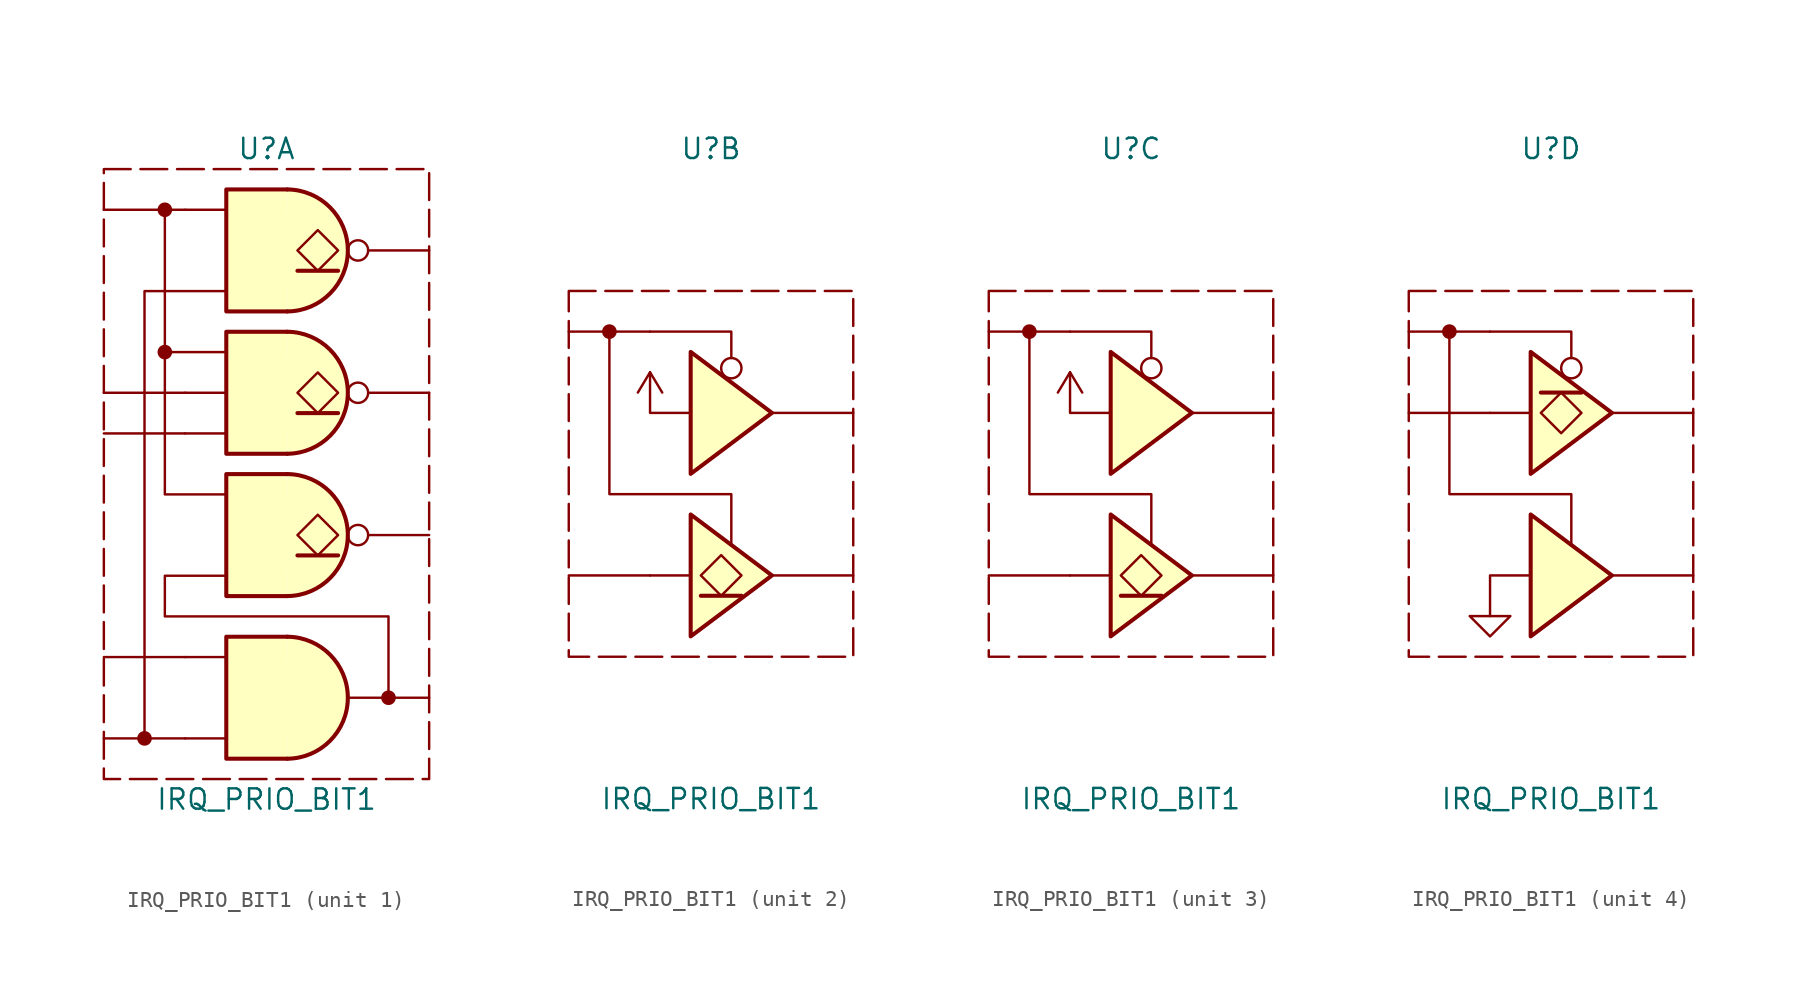
<source format=kicad_sym>
(kicad_symbol_lib
  (version 20231120)
  (generator "kicad_symbol_editor")
  (generator_version "8.0")
  (symbol "IRQ_PRIO_BIT1"
    (pin_numbers hide)
    (pin_names hide)
    (property "Reference" "U"
      (at 0 20.32 0)
      (effects (font (size 1.27 1.27))))
    (property "Value" "IRQ_PRIO_BIT1"
      (at 0 -20.32 0)
      (effects (font (size 1.27 1.27))))
    (property "ki_locked" ""
      (at 0 0 0)
      (effects (font (size 1.27 1.27))))
    (symbol "IRQ_PRIO_BIT1_1_1"
      (rectangle (start -10.16 19.05) (end 10.16 -19.05) (stroke (width 0) (type dash)) (fill (type none)))
      (circle (center -7.62 -16.51) (radius 0.381) (stroke (width 0) (type default)) (fill (type outline)))
      (circle (center -6.35 7.62) (radius 0.381) (stroke (width 0) (type default)) (fill (type outline)))
      (circle (center -6.35 16.51) (radius 0.381) (stroke (width 0) (type default)) (fill (type outline)))
      (polyline (pts (xy -5.08 -16.51) (xy -2.54 -16.51)) (stroke (width 0) (type default)) (fill (type none)))
      (polyline (pts (xy -5.08 -11.43) (xy -2.54 -11.43)) (stroke (width 0) (type default)) (fill (type none)))
      (polyline (pts (xy -5.08 2.54) (xy -2.54 2.54)) (stroke (width 0) (type default)) (fill (type none)))
      (polyline (pts (xy -5.08 5.08) (xy -2.54 5.08)) (stroke (width 0) (type default)) (fill (type none)))
      (polyline (pts (xy -5.08 16.51) (xy -2.54 16.51)) (stroke (width 0) (type default)) (fill (type none)))
      (polyline (pts (xy -2.54 7.62) (xy -6.35 7.62)) (stroke (width 0) (type default)) (fill (type none)))
      (polyline (pts (xy 1.933 -5.08) (xy 4.473 -5.08)) (stroke (width 0.254) (type default)) (fill (type none)))
      (polyline (pts (xy 1.933 3.81) (xy 4.473 3.81)) (stroke (width 0.254) (type default)) (fill (type none)))
      (polyline (pts (xy 1.933 12.7) (xy 4.473 12.7)) (stroke (width 0.254) (type default)) (fill (type none)))
      (polyline (pts (xy -6.35 16.51) (xy -6.35 -1.27) (xy -2.54 -1.27)) (stroke (width 0) (type default)) (fill (type none)))
      (polyline (pts (xy -2.54 11.43) (xy -7.62 11.43) (xy -7.62 -16.51)) (stroke (width 0) (type default)) (fill (type none)))
      (polyline (pts (xy 1.298 -10.16) (xy -2.512 -10.16) (xy -2.512 -17.78) (xy 1.298 -17.78)) (stroke (width 0.254) (type default)) (fill (type background)))
      (polyline (pts (xy 1.298 0) (xy -2.512 0) (xy -2.512 -7.62) (xy 1.298 -7.62)) (stroke (width 0.254) (type default)) (fill (type background)))
      (polyline (pts (xy 1.298 8.89) (xy -2.512 8.89) (xy -2.512 1.27) (xy 1.298 1.27)) (stroke (width 0.254) (type default)) (fill (type background)))
      (polyline (pts (xy 1.298 17.78) (xy -2.512 17.78) (xy -2.512 10.16) (xy 1.298 10.16)) (stroke (width 0.254) (type default)) (fill (type background)))
      (polyline (pts (xy -2.54 -6.35) (xy -6.35 -6.35) (xy -6.35 -8.89) (xy 7.62 -8.89) (xy 7.62 -13.97)) (stroke (width 0) (type default)) (fill (type none)))
      (polyline (pts (xy 4.473 -3.81) (xy 3.203 -2.54) (xy 1.933 -3.81) (xy 3.203 -5.08) (xy 4.473 -3.81)) (stroke (width 0) (type default)) (fill (type none)))
      (polyline (pts (xy 4.473 5.08) (xy 3.203 6.35) (xy 1.933 5.08) (xy 3.203 3.81) (xy 4.473 5.08)) (stroke (width 0) (type default)) (fill (type none)))
      (polyline (pts (xy 4.473 13.97) (xy 3.203 15.24) (xy 1.933 13.97) (xy 3.203 12.7) (xy 4.473 13.97)) (stroke (width 0) (type default)) (fill (type none)))
      (arc (start 1.2976 -17.78) (mid 5.0801 -13.97) (end 1.2976 -10.16) (stroke (width 0.254) (type default)) (fill (type background)))
      (arc (start 1.2976 -7.62) (mid 5.0801 -3.81) (end 1.2976 0) (stroke (width 0.254) (type default)) (fill (type background)))
      (arc (start 1.2976 1.27) (mid 5.0801 5.08) (end 1.2976 8.89) (stroke (width 0.254) (type default)) (fill (type background)))
      (arc (start 1.2976 10.16) (mid 5.0801 13.97) (end 1.2976 17.78) (stroke (width 0.254) (type default)) (fill (type background)))
      (circle (center 7.62 -13.97) (radius 0.381) (stroke (width 0) (type default)) (fill (type outline)))
      (pin input line (at -10.16 -11.43 0) (length 5.08) (name "AND_IN1" (effects (font (size 1.27 1.27)))) (number "" (effects (font (size 1.27 1.27)))))
      (pin input line (at -10.16 -16.51 0) (length 5.08) (name "AND_IN2_NAND_A_IN2" (effects (font (size 1.27 1.27)))) (number "" (effects (font (size 1.27 1.27)))))
      (pin output line (at 10.16 -13.97 180) (length 5.08) (name "AND_Y" (effects (font (size 1.27 1.27)))) (number "" (effects (font (size 1.27 1.27)))))
      (pin tri_state inverted (at 10.16 13.97 180) (length 5.08) (name "NAND_A_Y" (effects (font (size 1.27 1.27)))) (number "" (effects (font (size 1.27 1.27)))))
      (pin input line (at -10.16 5.08 0) (length 5.08) (name "NAND_B_IN2" (effects (font (size 1.27 1.27)))) (number "" (effects (font (size 1.27 1.27)))))
      (pin input line (at -10.16 2.54 0) (length 5.08) (name "NAND_B_IN3" (effects (font (size 1.27 1.27)))) (number "" (effects (font (size 1.27 1.27)))))
      (pin tri_state inverted (at 10.16 5.08 180) (length 5.08) (name "NAND_B_Y" (effects (font (size 1.27 1.27)))) (number "" (effects (font (size 1.27 1.27)))))
      (pin tri_state inverted (at 10.16 -3.81 180) (length 5.08) (name "NAND_C_Y" (effects (font (size 1.27 1.27)))) (number "" (effects (font (size 1.27 1.27)))))
      (pin input line (at -10.16 16.51 0) (length 5.08) (name "~{PCH}" (effects (font (size 1.27 1.27)))) (number "" (effects (font (size 1.27 1.27))))))
    (symbol "IRQ_PRIO_BIT1_2_0"
      (polyline (pts (xy -1.27 -2.54) (xy -1.27 -10.16) (xy 3.81 -6.35) (xy -1.27 -2.54)) (stroke (width 0.254) (type default)) (fill (type background)))
      (polyline (pts (xy -1.27 7.62) (xy -1.27 0) (xy 3.81 3.81) (xy -1.27 7.62)) (stroke (width 0.254) (type default)) (fill (type background))))
    (symbol "IRQ_PRIO_BIT1_2_1"
      (rectangle (start -8.89 11.43) (end 8.89 -11.43) (stroke (width 0) (type dash)) (fill (type none)))
      (circle (center -6.35 8.89) (radius 0.381) (stroke (width 0) (type default)) (fill (type outline)))
      (polyline (pts (xy -3.81 -6.35) (xy -1.27 -6.35)) (stroke (width 0) (type default)) (fill (type none)))
      (polyline (pts (xy -0.635 -7.62) (xy 1.905 -7.62)) (stroke (width 0.254) (type default)) (fill (type none)))
      (polyline (pts (xy -4.572 5.08) (xy -3.81 6.35) (xy -3.048 5.08)) (stroke (width 0) (type default)) (fill (type none)))
      (polyline (pts (xy -3.81 8.89) (xy 1.27 8.89) (xy 1.27 7.239)) (stroke (width 0) (type default)) (fill (type none)))
      (polyline (pts (xy -1.27 3.81) (xy -3.81 3.81) (xy -3.81 6.35)) (stroke (width 0) (type default)) (fill (type none)))
      (polyline (pts (xy 1.27 -4.445) (xy 1.27 -1.27) (xy -6.35 -1.27) (xy -6.35 8.89)) (stroke (width 0) (type default)) (fill (type none)))
      (polyline (pts (xy 1.905 -6.35) (xy 0.635 -5.08) (xy -0.635 -6.35) (xy 0.635 -7.62) (xy 1.905 -6.35)) (stroke (width 0) (type default)) (fill (type none)))
      (circle (center 1.27 6.604) (radius 0.635) (stroke (width 0) (type default)) (fill (type none)))
      (pin input line (at -8.89 8.89 0) (length 5.08) (name "DIST_NAND_A_IN" (effects (font (size 1.27 1.27)))) (number "" (effects (font (size 1.27 1.27)))))
      (pin input line (at -8.89 -6.35 0) (length 5.08) (name "DIST_NAND_A_IN_N" (effects (font (size 1.27 1.27)))) (number "" (effects (font (size 1.27 1.27)))))
      (pin tri_state line (at 8.89 -6.35 180) (length 5.08) (name "DIST_NAND_A_Y_N" (effects (font (size 1.27 1.27)))) (number "" (effects (font (size 1.27 1.27)))))
      (pin tri_state line (at 8.89 3.81 180) (length 5.08) (name "DIST_NAND_A_Y_P" (effects (font (size 1.27 1.27)))) (number "" (effects (font (size 1.27 1.27))))))
    (symbol "IRQ_PRIO_BIT1_3_0"
      (polyline (pts (xy -1.27 -2.54) (xy -1.27 -10.16) (xy 3.81 -6.35) (xy -1.27 -2.54)) (stroke (width 0.254) (type default)) (fill (type background)))
      (polyline (pts (xy -1.27 7.62) (xy -1.27 0) (xy 3.81 3.81) (xy -1.27 7.62)) (stroke (width 0.254) (type default)) (fill (type background))))
    (symbol "IRQ_PRIO_BIT1_3_1"
      (rectangle (start -8.89 11.43) (end 8.89 -11.43) (stroke (width 0) (type dash)) (fill (type none)))
      (circle (center -6.35 8.89) (radius 0.381) (stroke (width 0) (type default)) (fill (type outline)))
      (polyline (pts (xy -3.81 -6.35) (xy -1.27 -6.35)) (stroke (width 0) (type default)) (fill (type none)))
      (polyline (pts (xy -0.635 -7.62) (xy 1.905 -7.62)) (stroke (width 0.254) (type default)) (fill (type none)))
      (polyline (pts (xy -4.572 5.08) (xy -3.81 6.35) (xy -3.048 5.08)) (stroke (width 0) (type default)) (fill (type none)))
      (polyline (pts (xy -3.81 8.89) (xy 1.27 8.89) (xy 1.27 7.239)) (stroke (width 0) (type default)) (fill (type none)))
      (polyline (pts (xy -1.27 3.81) (xy -3.81 3.81) (xy -3.81 6.35)) (stroke (width 0) (type default)) (fill (type none)))
      (polyline (pts (xy 1.27 -4.445) (xy 1.27 -1.27) (xy -6.35 -1.27) (xy -6.35 8.89)) (stroke (width 0) (type default)) (fill (type none)))
      (polyline (pts (xy 1.905 -6.35) (xy 0.635 -5.08) (xy -0.635 -6.35) (xy 0.635 -7.62) (xy 1.905 -6.35)) (stroke (width 0) (type default)) (fill (type none)))
      (circle (center 1.27 6.604) (radius 0.635) (stroke (width 0) (type default)) (fill (type none)))
      (pin input line (at -8.89 8.89 0) (length 5.08) (name "DIST_NAND_B_IN" (effects (font (size 1.27 1.27)))) (number "" (effects (font (size 1.27 1.27)))))
      (pin input line (at -8.89 -6.35 0) (length 5.08) (name "DIST_NAND_B_IN_N" (effects (font (size 1.27 1.27)))) (number "" (effects (font (size 1.27 1.27)))))
      (pin tri_state line (at 8.89 -6.35 180) (length 5.08) (name "DIST_NAND_B_Y_N" (effects (font (size 1.27 1.27)))) (number "" (effects (font (size 1.27 1.27)))))
      (pin tri_state line (at 8.89 3.81 180) (length 5.08) (name "DIST_NAND_B_Y_P" (effects (font (size 1.27 1.27)))) (number "" (effects (font (size 1.27 1.27))))))
    (symbol "IRQ_PRIO_BIT1_4_0"
      (polyline (pts (xy -1.27 -2.54) (xy -1.27 -10.16) (xy 3.81 -6.35) (xy -1.27 -2.54)) (stroke (width 0.254) (type default)) (fill (type background)))
      (polyline (pts (xy -1.27 7.62) (xy -1.27 0) (xy 3.81 3.81) (xy -1.27 7.62)) (stroke (width 0.254) (type default)) (fill (type background))))
    (symbol "IRQ_PRIO_BIT1_4_1"
      (rectangle (start -8.89 11.43) (end 8.89 -11.43) (stroke (width 0) (type dash)) (fill (type none)))
      (circle (center -6.35 8.89) (radius 0.381) (stroke (width 0) (type default)) (fill (type outline)))
      (polyline (pts (xy -3.81 3.81) (xy -1.27 3.81)) (stroke (width 0) (type default)) (fill (type none)))
      (polyline (pts (xy -0.635 5.08) (xy 1.905 5.08)) (stroke (width 0.254) (type default)) (fill (type none)))
      (polyline (pts (xy -3.81 8.89) (xy 1.27 8.89) (xy 1.27 7.239)) (stroke (width 0) (type default)) (fill (type none)))
      (polyline (pts (xy -1.27 -6.35) (xy -3.81 -6.35) (xy -3.81 -8.89)) (stroke (width 0) (type default)) (fill (type none)))
      (polyline (pts (xy -2.54 -8.89) (xy -5.08 -8.89) (xy -3.81 -10.16) (xy -2.54 -8.89)) (stroke (width 0) (type default)) (fill (type none)))
      (polyline (pts (xy 1.27 -4.445) (xy 1.27 -1.27) (xy -6.35 -1.27) (xy -6.35 8.89)) (stroke (width 0) (type default)) (fill (type none)))
      (polyline (pts (xy 1.905 3.81) (xy 0.635 5.08) (xy -0.635 3.81) (xy 0.635 2.54) (xy 1.905 3.81)) (stroke (width 0) (type default)) (fill (type none)))
      (circle (center 1.27 6.604) (radius 0.635) (stroke (width 0) (type default)) (fill (type none)))
      (pin input line (at -8.89 8.89 0) (length 5.08) (name "DIST_NOR_IN" (effects (font (size 1.27 1.27)))) (number "" (effects (font (size 1.27 1.27)))))
      (pin input line (at -8.89 3.81 0) (length 5.08) (name "DIST_NOR_IN_P" (effects (font (size 1.27 1.27)))) (number "" (effects (font (size 1.27 1.27)))))
      (pin tri_state line (at 8.89 -6.35 180) (length 5.08) (name "DIST_NOR_Y_N" (effects (font (size 1.27 1.27)))) (number "" (effects (font (size 1.27 1.27)))))
      (pin tri_state line (at 8.89 3.81 180) (length 5.08) (name "DIST_NOR_Y_P" (effects (font (size 1.27 1.27)))) (number "" (effects (font (size 1.27 1.27))))))))
</source>
